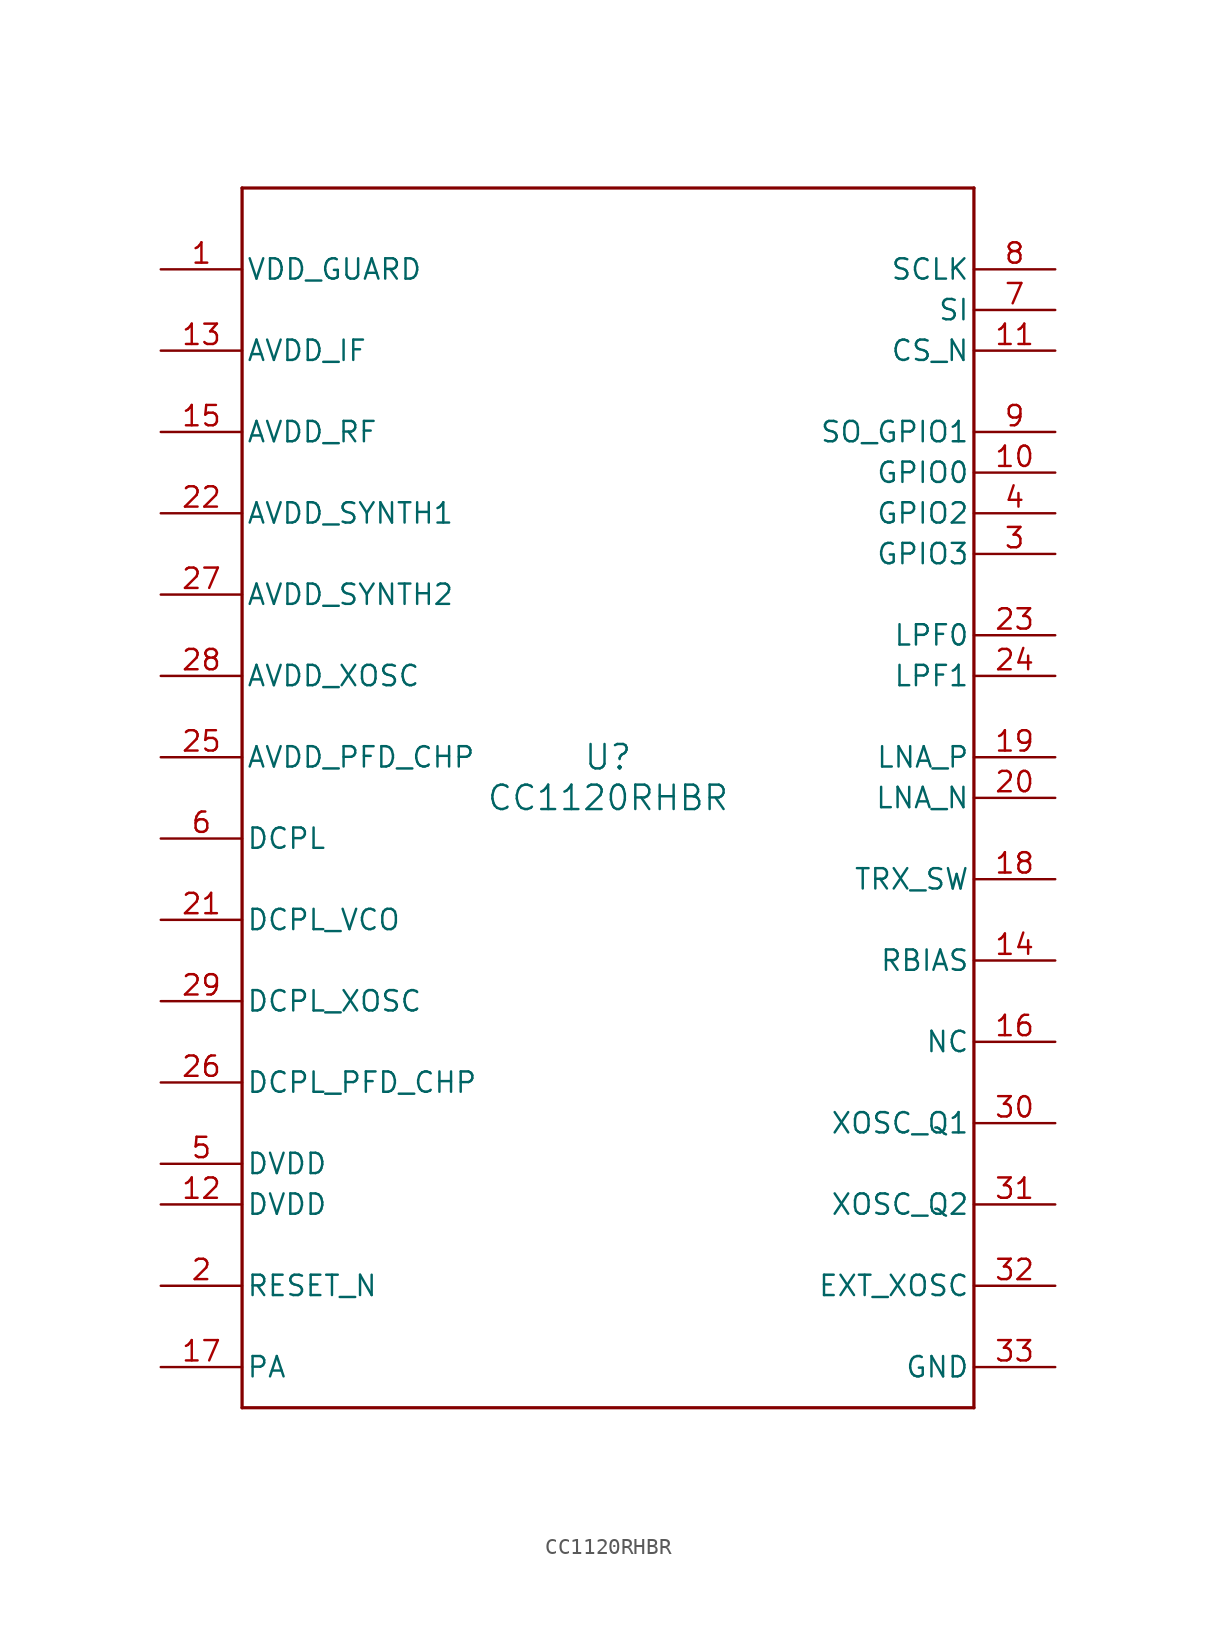
<source format=kicad_sym>
(kicad_symbol_lib
  (version 20211014)
  (generator kicad_symbol_editor)
  (symbol "CC1120RHBR"
    (pin_names
      (offset 0.254))
    (property "Reference" "U"
      (at 0 2.54 0)
      (effects (font (size 1.524 1.524))))
    (property "Value" "CC1120RHBR"
      (at 0 0 0)
      (effects (font (size 1.524 1.524))))
    (symbol "CC1120RHBR_0_1"
      (polyline (pts (xy -22.86 -38.1) (xy 22.86 -38.1)) (stroke (width 0.203) (type default) (color 0 0 0 0)) (fill (type none)))
      (polyline (pts (xy 22.86 -38.1) (xy 22.86 38.1)) (stroke (width 0.203) (type default) (color 0 0 0 0)) (fill (type none)))
      (polyline (pts (xy 22.86 38.1) (xy -22.86 38.1)) (stroke (width 0.203) (type default) (color 0 0 0 0)) (fill (type none)))
      (polyline (pts (xy -22.86 38.1) (xy -22.86 -38.1)) (stroke (width 0.203) (type default) (color 0 0 0 0)) (fill (type none)))
      (pin power_in line (at -27.94 33.02 0) (length 5.08) (name "VDD_GUARD" (effects (font (size 1.27 1.27)))) (number "1" (effects (font (size 1.27 1.27)))))
      (pin input line (at -27.94 -30.48 0) (length 5.08) (name "RESET_N" (effects (font (size 1.27 1.27)))) (number "2" (effects (font (size 1.27 1.27)))))
      (pin bidirectional line (at 27.94 15.24 180) (length 5.08) (name "GPIO3" (effects (font (size 1.27 1.27)))) (number "3" (effects (font (size 1.27 1.27)))))
      (pin bidirectional line (at 27.94 17.78 180) (length 5.08) (name "GPIO2" (effects (font (size 1.27 1.27)))) (number "4" (effects (font (size 1.27 1.27)))))
      (pin power_in line (at -27.94 -22.86 0) (length 5.08) (name "DVDD" (effects (font (size 1.27 1.27)))) (number "5" (effects (font (size 1.27 1.27)))))
      (pin power_in line (at -27.94 -2.54 0) (length 5.08) (name "DCPL" (effects (font (size 1.27 1.27)))) (number "6" (effects (font (size 1.27 1.27)))))
      (pin input line (at 27.94 30.48 180) (length 5.08) (name "SI" (effects (font (size 1.27 1.27)))) (number "7" (effects (font (size 1.27 1.27)))))
      (pin input line (at 27.94 33.02 180) (length 5.08) (name "SCLK" (effects (font (size 1.27 1.27)))) (number "8" (effects (font (size 1.27 1.27)))))
      (pin bidirectional line (at 27.94 22.86 180) (length 5.08) (name "SO_GPIO1" (effects (font (size 1.27 1.27)))) (number "9" (effects (font (size 1.27 1.27)))))
      (pin bidirectional line (at 27.94 20.32 180) (length 5.08) (name "GPIO0" (effects (font (size 1.27 1.27)))) (number "10" (effects (font (size 1.27 1.27)))))
      (pin input line (at 27.94 27.94 180) (length 5.08) (name "CS_N" (effects (font (size 1.27 1.27)))) (number "11" (effects (font (size 1.27 1.27)))))
      (pin power_in line (at -27.94 -25.4 0) (length 5.08) (name "DVDD" (effects (font (size 1.27 1.27)))) (number "12" (effects (font (size 1.27 1.27)))))
      (pin power_in line (at -27.94 27.94 0) (length 5.08) (name "AVDD_IF" (effects (font (size 1.27 1.27)))) (number "13" (effects (font (size 1.27 1.27)))))
      (pin unspecified line (at 27.94 -10.16 180) (length 5.08) (name "RBIAS" (effects (font (size 1.27 1.27)))) (number "14" (effects (font (size 1.27 1.27)))))
      (pin power_in line (at -27.94 22.86 0) (length 5.08) (name "AVDD_RF" (effects (font (size 1.27 1.27)))) (number "15" (effects (font (size 1.27 1.27)))))
      (pin unspecified line (at 27.94 -15.24 180) (length 5.08) (name "NC" (effects (font (size 1.27 1.27)))) (number "16" (effects (font (size 1.27 1.27)))))
      (pin output line (at -27.94 -35.56 0) (length 5.08) (name "PA" (effects (font (size 1.27 1.27)))) (number "17" (effects (font (size 1.27 1.27)))))
      (pin unspecified line (at 27.94 -5.08 180) (length 5.08) (name "TRX_SW" (effects (font (size 1.27 1.27)))) (number "18" (effects (font (size 1.27 1.27)))))
      (pin input line (at 27.94 2.54 180) (length 5.08) (name "LNA_P" (effects (font (size 1.27 1.27)))) (number "19" (effects (font (size 1.27 1.27)))))
      (pin input line (at 27.94 0 180) (length 5.08) (name "LNA_N" (effects (font (size 1.27 1.27)))) (number "20" (effects (font (size 1.27 1.27)))))
      (pin power_in line (at -27.94 -7.62 0) (length 5.08) (name "DCPL_VCO" (effects (font (size 1.27 1.27)))) (number "21" (effects (font (size 1.27 1.27)))))
      (pin power_in line (at -27.94 17.78 0) (length 5.08) (name "AVDD_SYNTH1" (effects (font (size 1.27 1.27)))) (number "22" (effects (font (size 1.27 1.27)))))
      (pin unspecified line (at 27.94 10.16 180) (length 5.08) (name "LPF0" (effects (font (size 1.27 1.27)))) (number "23" (effects (font (size 1.27 1.27)))))
      (pin unspecified line (at 27.94 7.62 180) (length 5.08) (name "LPF1" (effects (font (size 1.27 1.27)))) (number "24" (effects (font (size 1.27 1.27)))))
      (pin power_in line (at -27.94 2.54 0) (length 5.08) (name "AVDD_PFD_CHP" (effects (font (size 1.27 1.27)))) (number "25" (effects (font (size 1.27 1.27)))))
      (pin power_in line (at -27.94 -17.78 0) (length 5.08) (name "DCPL_PFD_CHP" (effects (font (size 1.27 1.27)))) (number "26" (effects (font (size 1.27 1.27)))))
      (pin power_in line (at -27.94 12.7 0) (length 5.08) (name "AVDD_SYNTH2" (effects (font (size 1.27 1.27)))) (number "27" (effects (font (size 1.27 1.27)))))
      (pin power_in line (at -27.94 7.62 0) (length 5.08) (name "AVDD_XOSC" (effects (font (size 1.27 1.27)))) (number "28" (effects (font (size 1.27 1.27)))))
      (pin power_in line (at -27.94 -12.7 0) (length 5.08) (name "DCPL_XOSC" (effects (font (size 1.27 1.27)))) (number "29" (effects (font (size 1.27 1.27)))))
      (pin unspecified line (at 27.94 -20.32 180) (length 5.08) (name "XOSC_Q1" (effects (font (size 1.27 1.27)))) (number "30" (effects (font (size 1.27 1.27)))))
      (pin unspecified line (at 27.94 -25.4 180) (length 5.08) (name "XOSC_Q2" (effects (font (size 1.27 1.27)))) (number "31" (effects (font (size 1.27 1.27)))))
      (pin input line (at 27.94 -30.48 180) (length 5.08) (name "EXT_XOSC" (effects (font (size 1.27 1.27)))) (number "32" (effects (font (size 1.27 1.27)))))
      (pin power_in line (at 27.94 -35.56 180) (length 5.08) (name "GND" (effects (font (size 1.27 1.27)))) (number "33" (effects (font (size 1.27 1.27))))))))
</source>
